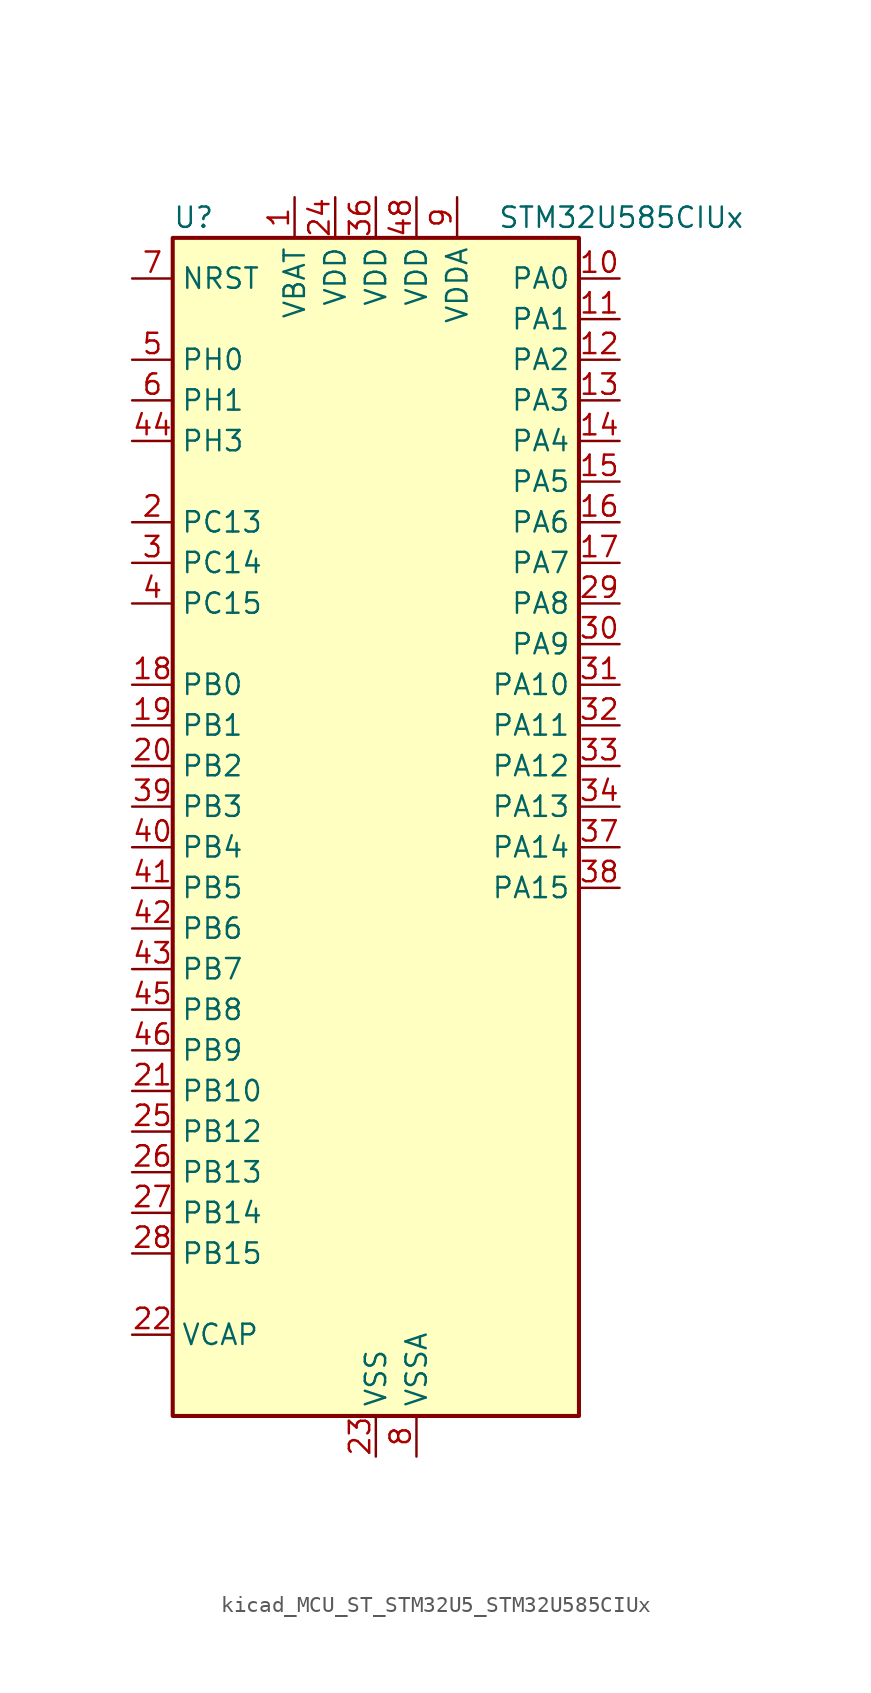
<source format=kicad_sym>
(kicad_symbol_lib
  (version 20220914)
  (generator kicad_symbol_editor)
  (symbol "kicad_MCU_ST_STM32U5_STM32U585CIUx"
    (property "Reference" "U"
      (at -12.7 39.37 0)
      (effects (font (size 1.27 1.27)) (justify left)))
    (property "Value" "STM32U585CIUx"
      (at 7.62 39.37 0)
      (effects (font (size 1.27 1.27)) (justify left)))
    (property "ki_locked" ""
      (at 0 0 0)
      (effects (font (size 1.27 1.27))))
    (symbol "kicad_MCU_ST_STM32U5_STM32U585CIUx_0_1"
      (rectangle (start -12.7 -35.56) (end 12.7 38.1) (stroke (width 0.254) (type default)) (fill (type background))))
    (symbol "kicad_MCU_ST_STM32U5_STM32U585CIUx_1_1"
      (pin power_in line (at -5.08 40.64 270) (length 2.54) (name "VBAT" (effects (font (size 1.27 1.27)))) (number "1" (effects (font (size 1.27 1.27)))))
      (pin bidirectional line (at 15.24 35.56 180) (length 2.54) (name "PA0" (effects (font (size 1.27 1.27)))) (number "10" (effects (font (size 1.27 1.27)))) (alternate "ADC1_IN5" bidirectional line) (alternate "AUDIOCLK" bidirectional line) (alternate "OCTOSPIM_P2_NCS" bidirectional line) (alternate "OPAMP1_VINP" bidirectional line) (alternate "PWR_WKUP1" bidirectional line) (alternate "SPI3_RDY" bidirectional line) (alternate "TAMP_IN2" bidirectional line) (alternate "TAMP_OUT1" bidirectional line) (alternate "TIM2_CH1" bidirectional line) (alternate "TIM2_ETR" bidirectional line) (alternate "TIM5_CH1" bidirectional line) (alternate "TIM8_ETR" bidirectional line) (alternate "UART4_TX" bidirectional line) (alternate "USART2_CTS" bidirectional line))
      (pin bidirectional line (at 15.24 33.02 180) (length 2.54) (name "PA1" (effects (font (size 1.27 1.27)))) (number "11" (effects (font (size 1.27 1.27)))) (alternate "ADC1_IN6" bidirectional line) (alternate "I2C1_SMBA" bidirectional line) (alternate "LPTIM1_CH2" bidirectional line) (alternate "OCTOSPIM_P1_DQS" bidirectional line) (alternate "OPAMP1_VINM" bidirectional line) (alternate "PWR_WKUP3" bidirectional line) (alternate "SPI1_SCK" bidirectional line) (alternate "TAMP_IN5" bidirectional line) (alternate "TAMP_OUT4" bidirectional line) (alternate "TIM15_CH1N" bidirectional line) (alternate "TIM2_CH2" bidirectional line) (alternate "TIM5_CH2" bidirectional line) (alternate "UART4_RX" bidirectional line) (alternate "USART2_DE" bidirectional line) (alternate "USART2_RTS" bidirectional line))
      (pin bidirectional line (at 15.24 30.48 180) (length 2.54) (name "PA2" (effects (font (size 1.27 1.27)))) (number "12" (effects (font (size 1.27 1.27)))) (alternate "ADC1_IN7" bidirectional line) (alternate "COMP1_INP" bidirectional line) (alternate "LPUART1_TX" bidirectional line) (alternate "OCTOSPIM_P1_NCS" bidirectional line) (alternate "PWR_WKUP4" bidirectional line) (alternate "RCC_LSCO" bidirectional line) (alternate "SPI1_RDY" bidirectional line) (alternate "TIM15_CH1" bidirectional line) (alternate "TIM2_CH3" bidirectional line) (alternate "TIM5_CH3" bidirectional line) (alternate "UCPD1_FRSTX1" bidirectional line) (alternate "USART2_TX" bidirectional line))
      (pin bidirectional line (at 15.24 27.94 180) (length 2.54) (name "PA3" (effects (font (size 1.27 1.27)))) (number "13" (effects (font (size 1.27 1.27)))) (alternate "ADC1_IN8" bidirectional line) (alternate "LPUART1_RX" bidirectional line) (alternate "OCTOSPIM_P1_CLK" bidirectional line) (alternate "OPAMP1_VOUT" bidirectional line) (alternate "PWR_WKUP5" bidirectional line) (alternate "SAI1_CK1" bidirectional line) (alternate "SAI1_MCLK_A" bidirectional line) (alternate "TIM15_CH2" bidirectional line) (alternate "TIM2_CH4" bidirectional line) (alternate "TIM5_CH4" bidirectional line) (alternate "USART2_RX" bidirectional line))
      (pin bidirectional line (at 15.24 25.4 180) (length 2.54) (name "PA4" (effects (font (size 1.27 1.27)))) (number "14" (effects (font (size 1.27 1.27)))) (alternate "ADC1_IN9" bidirectional line) (alternate "ADC4_IN9" bidirectional line) (alternate "DAC1_OUT1" bidirectional line) (alternate "LPTIM2_CH1" bidirectional line) (alternate "OCTOSPIM_P1_NCS" bidirectional line) (alternate "PWR_WKUP2" bidirectional line) (alternate "SAI1_FS_B" bidirectional line) (alternate "SPI1_NSS" bidirectional line) (alternate "SPI3_NSS" bidirectional line) (alternate "USART2_CK" bidirectional line))
      (pin bidirectional line (at 15.24 22.86 180) (length 2.54) (name "PA5" (effects (font (size 1.27 1.27)))) (number "15" (effects (font (size 1.27 1.27)))) (alternate "ADC1_IN10" bidirectional line) (alternate "ADC4_IN10" bidirectional line) (alternate "DAC1_OUT2" bidirectional line) (alternate "LPTIM2_ETR" bidirectional line) (alternate "PWR_CSLEEP" bidirectional line) (alternate "PWR_WKUP6" bidirectional line) (alternate "SPI1_SCK" bidirectional line) (alternate "TIM2_CH1" bidirectional line) (alternate "TIM2_ETR" bidirectional line) (alternate "TIM8_CH1N" bidirectional line) (alternate "USART3_RX" bidirectional line))
      (pin bidirectional line (at 15.24 20.32 180) (length 2.54) (name "PA6" (effects (font (size 1.27 1.27)))) (number "16" (effects (font (size 1.27 1.27)))) (alternate "ADC1_IN11" bidirectional line) (alternate "ADC4_IN11" bidirectional line) (alternate "LPUART1_CTS" bidirectional line) (alternate "OCTOSPIM_P1_IO3" bidirectional line) (alternate "OPAMP2_VINP" bidirectional line) (alternate "PWR_CDSTOP" bidirectional line) (alternate "PWR_WKUP7" bidirectional line) (alternate "SPI1_MISO" bidirectional line) (alternate "TIM16_CH1" bidirectional line) (alternate "TIM1_BKIN" bidirectional line) (alternate "TIM3_CH1" bidirectional line) (alternate "TIM8_BKIN" bidirectional line) (alternate "USART3_CTS" bidirectional line))
      (pin bidirectional line (at 15.24 17.78 180) (length 2.54) (name "PA7" (effects (font (size 1.27 1.27)))) (number "17" (effects (font (size 1.27 1.27)))) (alternate "ADC1_IN12" bidirectional line) (alternate "ADC4_IN20" bidirectional line) (alternate "I2C3_SCL" bidirectional line) (alternate "LPTIM2_CH2" bidirectional line) (alternate "OCTOSPIM_P1_IO2" bidirectional line) (alternate "OPAMP2_VINM" bidirectional line) (alternate "PWR_SRDSTOP" bidirectional line) (alternate "PWR_WKUP8" bidirectional line) (alternate "SPI1_MOSI" bidirectional line) (alternate "TIM17_CH1" bidirectional line) (alternate "TIM1_CH1N" bidirectional line) (alternate "TIM3_CH2" bidirectional line) (alternate "TIM8_CH1N" bidirectional line) (alternate "USART3_TX" bidirectional line))
      (pin bidirectional line (at -15.24 10.16 0) (length 2.54) (name "PB0" (effects (font (size 1.27 1.27)))) (number "18" (effects (font (size 1.27 1.27)))) (alternate "ADC1_IN15" bidirectional line) (alternate "ADC4_IN18" bidirectional line) (alternate "AUDIOCLK" bidirectional line) (alternate "COMP1_OUT" bidirectional line) (alternate "LPTIM3_CH1" bidirectional line) (alternate "OCTOSPIM_P1_IO1" bidirectional line) (alternate "OPAMP2_VOUT" bidirectional line) (alternate "SPI1_NSS" bidirectional line) (alternate "TIM1_CH2N" bidirectional line) (alternate "TIM3_CH3" bidirectional line) (alternate "TIM8_CH2N" bidirectional line) (alternate "USART3_CK" bidirectional line))
      (pin bidirectional line (at -15.24 7.62 0) (length 2.54) (name "PB1" (effects (font (size 1.27 1.27)))) (number "19" (effects (font (size 1.27 1.27)))) (alternate "ADC1_IN16" bidirectional line) (alternate "ADC4_IN19" bidirectional line) (alternate "COMP1_INM" bidirectional line) (alternate "LPTIM2_IN1" bidirectional line) (alternate "LPTIM3_CH2" bidirectional line) (alternate "LPUART1_DE" bidirectional line) (alternate "LPUART1_RTS" bidirectional line) (alternate "MDF1_SDI0" bidirectional line) (alternate "OCTOSPIM_P1_IO0" bidirectional line) (alternate "PWR_WKUP4" bidirectional line) (alternate "TIM1_CH3N" bidirectional line) (alternate "TIM3_CH4" bidirectional line) (alternate "TIM8_CH3N" bidirectional line) (alternate "USART3_DE" bidirectional line) (alternate "USART3_RTS" bidirectional line))
      (pin bidirectional line (at -15.24 20.32 0) (length 2.54) (name "PC13" (effects (font (size 1.27 1.27)))) (number "2" (effects (font (size 1.27 1.27)))) (alternate "PWR_WKUP2" bidirectional line) (alternate "RTC_OUT1" bidirectional line) (alternate "RTC_TS" bidirectional line) (alternate "TAMP_IN1" bidirectional line) (alternate "TAMP_OUT2" bidirectional line))
      (pin bidirectional line (at -15.24 5.08 0) (length 2.54) (name "PB2" (effects (font (size 1.27 1.27)))) (number "20" (effects (font (size 1.27 1.27)))) (alternate "ADC1_IN17" bidirectional line) (alternate "COMP1_INP" bidirectional line) (alternate "I2C3_SMBA" bidirectional line) (alternate "LPTIM1_CH1" bidirectional line) (alternate "MDF1_CKI0" bidirectional line) (alternate "OCTOSPIM_P1_DQS" bidirectional line) (alternate "PWR_WKUP1" bidirectional line) (alternate "RTC_OUT2" bidirectional line) (alternate "SPI1_RDY" bidirectional line) (alternate "TIM8_CH4N" bidirectional line) (alternate "UCPD1_FRSTX1" bidirectional line))
      (pin bidirectional line (at -15.24 -15.24 0) (length 2.54) (name "PB10" (effects (font (size 1.27 1.27)))) (number "21" (effects (font (size 1.27 1.27)))) (alternate "COMP1_OUT" bidirectional line) (alternate "I2C2_SCL" bidirectional line) (alternate "I2C4_SCL" bidirectional line) (alternate "LPTIM3_CH1" bidirectional line) (alternate "LPUART1_RX" bidirectional line) (alternate "OCTOSPIM_P1_CLK" bidirectional line) (alternate "PWR_WKUP8" bidirectional line) (alternate "SAI1_SCK_A" bidirectional line) (alternate "SPI2_SCK" bidirectional line) (alternate "TIM2_CH3" bidirectional line) (alternate "TSC_SYNC" bidirectional line) (alternate "USART3_TX" bidirectional line))
      (pin power_out line (at -15.24 -30.48 0) (length 2.54) (name "VCAP" (effects (font (size 1.27 1.27)))) (number "22" (effects (font (size 1.27 1.27)))))
      (pin power_in line (at 0 -38.1 90) (length 2.54) (name "VSS" (effects (font (size 1.27 1.27)))) (number "23" (effects (font (size 1.27 1.27)))))
      (pin power_in line (at -2.54 40.64 270) (length 2.54) (name "VDD" (effects (font (size 1.27 1.27)))) (number "24" (effects (font (size 1.27 1.27)))))
      (pin bidirectional line (at -15.24 -17.78 0) (length 2.54) (name "PB12" (effects (font (size 1.27 1.27)))) (number "25" (effects (font (size 1.27 1.27)))) (alternate "I2C2_SMBA" bidirectional line) (alternate "LPUART1_DE" bidirectional line) (alternate "LPUART1_RTS" bidirectional line) (alternate "MDF1_SDI1" bidirectional line) (alternate "OCTOSPIM_P1_NCLK" bidirectional line) (alternate "SPI2_NSS" bidirectional line) (alternate "TIM15_BKIN" bidirectional line) (alternate "TIM1_BKIN" bidirectional line) (alternate "TSC_G1_IO1" bidirectional line) (alternate "USART3_CK" bidirectional line))
      (pin bidirectional line (at -15.24 -20.32 0) (length 2.54) (name "PB13" (effects (font (size 1.27 1.27)))) (number "26" (effects (font (size 1.27 1.27)))) (alternate "I2C2_SCL" bidirectional line) (alternate "LPTIM3_IN1" bidirectional line) (alternate "LPUART1_CTS" bidirectional line) (alternate "MDF1_CKI1" bidirectional line) (alternate "SPI2_SCK" bidirectional line) (alternate "TIM15_CH1N" bidirectional line) (alternate "TIM1_CH1N" bidirectional line) (alternate "TSC_G1_IO2" bidirectional line) (alternate "USART3_CTS" bidirectional line))
      (pin bidirectional line (at -15.24 -22.86 0) (length 2.54) (name "PB14" (effects (font (size 1.27 1.27)))) (number "27" (effects (font (size 1.27 1.27)))) (alternate "I2C2_SDA" bidirectional line) (alternate "LPTIM3_ETR" bidirectional line) (alternate "MDF1_SDI2" bidirectional line) (alternate "SPI2_MISO" bidirectional line) (alternate "TIM15_CH1" bidirectional line) (alternate "TIM1_CH2N" bidirectional line) (alternate "TIM8_CH2N" bidirectional line) (alternate "TSC_G1_IO3" bidirectional line) (alternate "UCPD1_DBCC2" bidirectional line) (alternate "USART3_DE" bidirectional line) (alternate "USART3_RTS" bidirectional line))
      (pin bidirectional line (at -15.24 -25.4 0) (length 2.54) (name "PB15" (effects (font (size 1.27 1.27)))) (number "28" (effects (font (size 1.27 1.27)))) (alternate "ADC1_EXTI15" bidirectional line) (alternate "ADC4_EXTI15" bidirectional line) (alternate "LPTIM2_IN2" bidirectional line) (alternate "MDF1_CKI2" bidirectional line) (alternate "PWR_WKUP7" bidirectional line) (alternate "RTC_REFIN" bidirectional line) (alternate "SPI2_MOSI" bidirectional line) (alternate "TIM15_CH2" bidirectional line) (alternate "TIM1_CH3N" bidirectional line) (alternate "TIM8_CH3N" bidirectional line) (alternate "UCPD1_CC2" bidirectional line))
      (pin bidirectional line (at 15.24 15.24 180) (length 2.54) (name "PA8" (effects (font (size 1.27 1.27)))) (number "29" (effects (font (size 1.27 1.27)))) (alternate "DEBUG_TRACECLK" bidirectional line) (alternate "LPTIM2_CH1" bidirectional line) (alternate "RCC_MCO" bidirectional line) (alternate "SAI1_CK2" bidirectional line) (alternate "SAI1_SCK_A" bidirectional line) (alternate "SPI1_RDY" bidirectional line) (alternate "TIM1_CH1" bidirectional line) (alternate "USART1_CK" bidirectional line) (alternate "USB_OTG_FS_SOF" bidirectional line))
      (pin bidirectional line (at -15.24 17.78 0) (length 2.54) (name "PC14" (effects (font (size 1.27 1.27)))) (number "3" (effects (font (size 1.27 1.27)))) (alternate "RCC_OSC32_IN" bidirectional line))
      (pin bidirectional line (at 15.24 12.7 180) (length 2.54) (name "PA9" (effects (font (size 1.27 1.27)))) (number "30" (effects (font (size 1.27 1.27)))) (alternate "DAC1_EXTI9" bidirectional line) (alternate "SAI1_FS_A" bidirectional line) (alternate "SPI2_SCK" bidirectional line) (alternate "TIM15_BKIN" bidirectional line) (alternate "TIM1_CH2" bidirectional line) (alternate "USART1_TX" bidirectional line) (alternate "USB_OTG_FS_VBUS" bidirectional line))
      (pin bidirectional line (at 15.24 10.16 180) (length 2.54) (name "PA10" (effects (font (size 1.27 1.27)))) (number "31" (effects (font (size 1.27 1.27)))) (alternate "CRS_SYNC" bidirectional line) (alternate "LPTIM2_IN2" bidirectional line) (alternate "SAI1_D1" bidirectional line) (alternate "SAI1_SD_A" bidirectional line) (alternate "TIM17_BKIN" bidirectional line) (alternate "TIM1_CH3" bidirectional line) (alternate "USART1_RX" bidirectional line) (alternate "USB_OTG_FS_ID" bidirectional line))
      (pin bidirectional line (at 15.24 7.62 180) (length 2.54) (name "PA11" (effects (font (size 1.27 1.27)))) (number "32" (effects (font (size 1.27 1.27)))) (alternate "ADC1_EXTI11" bidirectional line) (alternate "FDCAN1_RX" bidirectional line) (alternate "SPI1_MISO" bidirectional line) (alternate "TIM1_BKIN2" bidirectional line) (alternate "TIM1_CH4" bidirectional line) (alternate "USART1_CTS" bidirectional line) (alternate "USB_OTG_FS_DM" bidirectional line))
      (pin bidirectional line (at 15.24 5.08 180) (length 2.54) (name "PA12" (effects (font (size 1.27 1.27)))) (number "33" (effects (font (size 1.27 1.27)))) (alternate "FDCAN1_TX" bidirectional line) (alternate "OCTOSPIM_P2_NCS" bidirectional line) (alternate "SPI1_MOSI" bidirectional line) (alternate "TIM1_ETR" bidirectional line) (alternate "USART1_DE" bidirectional line) (alternate "USART1_RTS" bidirectional line) (alternate "USB_OTG_FS_DP" bidirectional line))
      (pin bidirectional line (at 15.24 2.54 180) (length 2.54) (name "PA13" (effects (font (size 1.27 1.27)))) (number "34" (effects (font (size 1.27 1.27)))) (alternate "DEBUG_JTMS-SWDIO" bidirectional line) (alternate "IR_OUT" bidirectional line) (alternate "SAI1_SD_B" bidirectional line) (alternate "USB_OTG_FS_NOE" bidirectional line))
      (pin passive line (at 0 -38.1 90) (length 2.54) hide (name "VSS" (effects (font (size 1.27 1.27)))) (number "35" (effects (font (size 1.27 1.27)))))
      (pin power_in line (at 0 40.64 270) (length 2.54) (name "VDD" (effects (font (size 1.27 1.27)))) (number "36" (effects (font (size 1.27 1.27)))))
      (pin bidirectional line (at 15.24 0 180) (length 2.54) (name "PA14" (effects (font (size 1.27 1.27)))) (number "37" (effects (font (size 1.27 1.27)))) (alternate "DEBUG_JTCK-SWCLK" bidirectional line) (alternate "I2C1_SMBA" bidirectional line) (alternate "I2C4_SMBA" bidirectional line) (alternate "LPTIM1_CH1" bidirectional line) (alternate "SAI1_FS_B" bidirectional line) (alternate "USB_OTG_FS_SOF" bidirectional line))
      (pin bidirectional line (at 15.24 -2.54 180) (length 2.54) (name "PA15" (effects (font (size 1.27 1.27)))) (number "38" (effects (font (size 1.27 1.27)))) (alternate "ADC1_EXTI15" bidirectional line) (alternate "ADC4_EXTI15" bidirectional line) (alternate "DEBUG_JTDI" bidirectional line) (alternate "SPI1_NSS" bidirectional line) (alternate "SPI3_NSS" bidirectional line) (alternate "TIM2_CH1" bidirectional line) (alternate "TIM2_ETR" bidirectional line) (alternate "UART4_DE" bidirectional line) (alternate "UART4_RTS" bidirectional line) (alternate "UCPD1_CC1" bidirectional line) (alternate "USART2_RX" bidirectional line) (alternate "USART3_DE" bidirectional line) (alternate "USART3_RTS" bidirectional line))
      (pin bidirectional line (at -15.24 2.54 0) (length 2.54) (name "PB3" (effects (font (size 1.27 1.27)))) (number "39" (effects (font (size 1.27 1.27)))) (alternate "ADF1_CCK0" bidirectional line) (alternate "COMP2_INM" bidirectional line) (alternate "CRS_SYNC" bidirectional line) (alternate "DEBUG_JTDO-SWO" bidirectional line) (alternate "I2C1_SDA" bidirectional line) (alternate "LPTIM1_CH1" bidirectional line) (alternate "SAI1_SCK_B" bidirectional line) (alternate "SPI1_SCK" bidirectional line) (alternate "SPI3_SCK" bidirectional line) (alternate "TIM2_CH2" bidirectional line) (alternate "USART1_DE" bidirectional line) (alternate "USART1_RTS" bidirectional line))
      (pin bidirectional line (at -15.24 15.24 0) (length 2.54) (name "PC15" (effects (font (size 1.27 1.27)))) (number "4" (effects (font (size 1.27 1.27)))) (alternate "ADC1_EXTI15" bidirectional line) (alternate "ADC4_EXTI15" bidirectional line) (alternate "RCC_OSC32_OUT" bidirectional line))
      (pin bidirectional line (at -15.24 0 0) (length 2.54) (name "PB4" (effects (font (size 1.27 1.27)))) (number "40" (effects (font (size 1.27 1.27)))) (alternate "ADF1_SDI0" bidirectional line) (alternate "COMP2_INP" bidirectional line) (alternate "DEBUG_JTRST" bidirectional line) (alternate "I2C3_SDA" bidirectional line) (alternate "LPTIM1_CH2" bidirectional line) (alternate "SAI1_MCLK_B" bidirectional line) (alternate "SPI1_MISO" bidirectional line) (alternate "SPI3_MISO" bidirectional line) (alternate "TIM17_BKIN" bidirectional line) (alternate "TIM3_CH1" bidirectional line) (alternate "TSC_G2_IO1" bidirectional line) (alternate "USART1_CTS" bidirectional line))
      (pin bidirectional line (at -15.24 -2.54 0) (length 2.54) (name "PB5" (effects (font (size 1.27 1.27)))) (number "41" (effects (font (size 1.27 1.27)))) (alternate "COMP2_OUT" bidirectional line) (alternate "I2C1_SMBA" bidirectional line) (alternate "LPTIM1_IN1" bidirectional line) (alternate "OCTOSPIM_P1_NCLK" bidirectional line) (alternate "PWR_WKUP6" bidirectional line) (alternate "SAI1_SD_B" bidirectional line) (alternate "SPI1_MOSI" bidirectional line) (alternate "SPI3_MOSI" bidirectional line) (alternate "TIM16_BKIN" bidirectional line) (alternate "TIM3_CH2" bidirectional line) (alternate "TSC_G2_IO2" bidirectional line) (alternate "UCPD1_DBCC1" bidirectional line) (alternate "USART1_CK" bidirectional line))
      (pin bidirectional line (at -15.24 -5.08 0) (length 2.54) (name "PB6" (effects (font (size 1.27 1.27)))) (number "42" (effects (font (size 1.27 1.27)))) (alternate "COMP2_INP" bidirectional line) (alternate "I2C1_SCL" bidirectional line) (alternate "I2C4_SCL" bidirectional line) (alternate "LPTIM1_ETR" bidirectional line) (alternate "MDF1_SDI5" bidirectional line) (alternate "PWR_WKUP3" bidirectional line) (alternate "SAI1_FS_B" bidirectional line) (alternate "TIM16_CH1N" bidirectional line) (alternate "TIM4_CH1" bidirectional line) (alternate "TIM8_BKIN2" bidirectional line) (alternate "TSC_G2_IO3" bidirectional line) (alternate "USART1_TX" bidirectional line))
      (pin bidirectional line (at -15.24 -7.62 0) (length 2.54) (name "PB7" (effects (font (size 1.27 1.27)))) (number "43" (effects (font (size 1.27 1.27)))) (alternate "COMP2_INM" bidirectional line) (alternate "I2C1_SDA" bidirectional line) (alternate "I2C4_SDA" bidirectional line) (alternate "LPTIM1_IN2" bidirectional line) (alternate "MDF1_CKI5" bidirectional line) (alternate "PWR_PVD_IN" bidirectional line) (alternate "PWR_WKUP4" bidirectional line) (alternate "TIM17_CH1N" bidirectional line) (alternate "TIM4_CH2" bidirectional line) (alternate "TIM8_BKIN" bidirectional line) (alternate "TSC_G2_IO4" bidirectional line) (alternate "UART4_CTS" bidirectional line) (alternate "USART1_RX" bidirectional line))
      (pin bidirectional line (at -15.24 25.4 0) (length 2.54) (name "PH3" (effects (font (size 1.27 1.27)))) (number "44" (effects (font (size 1.27 1.27)))))
      (pin bidirectional line (at -15.24 -10.16 0) (length 2.54) (name "PB8" (effects (font (size 1.27 1.27)))) (number "45" (effects (font (size 1.27 1.27)))) (alternate "FDCAN1_RX" bidirectional line) (alternate "I2C1_SCL" bidirectional line) (alternate "MDF1_CCK0" bidirectional line) (alternate "PWR_WKUP5" bidirectional line) (alternate "SAI1_CK1" bidirectional line) (alternate "SAI1_MCLK_A" bidirectional line) (alternate "SPI3_RDY" bidirectional line) (alternate "TIM16_CH1" bidirectional line) (alternate "TIM4_CH3" bidirectional line))
      (pin bidirectional line (at -15.24 -12.7 0) (length 2.54) (name "PB9" (effects (font (size 1.27 1.27)))) (number "46" (effects (font (size 1.27 1.27)))) (alternate "DAC1_EXTI9" bidirectional line) (alternate "FDCAN1_TX" bidirectional line) (alternate "I2C1_SDA" bidirectional line) (alternate "IR_OUT" bidirectional line) (alternate "SAI1_D2" bidirectional line) (alternate "SAI1_FS_A" bidirectional line) (alternate "SPI2_NSS" bidirectional line) (alternate "TIM17_CH1" bidirectional line) (alternate "TIM4_CH4" bidirectional line))
      (pin passive line (at 0 -38.1 90) (length 2.54) hide (name "VSS" (effects (font (size 1.27 1.27)))) (number "47" (effects (font (size 1.27 1.27)))))
      (pin power_in line (at 2.54 40.64 270) (length 2.54) (name "VDD" (effects (font (size 1.27 1.27)))) (number "48" (effects (font (size 1.27 1.27)))))
      (pin passive line (at 0 -38.1 90) (length 2.54) hide (name "VSS" (effects (font (size 1.27 1.27)))) (number "49" (effects (font (size 1.27 1.27)))))
      (pin bidirectional line (at -15.24 30.48 0) (length 2.54) (name "PH0" (effects (font (size 1.27 1.27)))) (number "5" (effects (font (size 1.27 1.27)))) (alternate "RCC_OSC_IN" bidirectional line))
      (pin bidirectional line (at -15.24 27.94 0) (length 2.54) (name "PH1" (effects (font (size 1.27 1.27)))) (number "6" (effects (font (size 1.27 1.27)))) (alternate "RCC_OSC_OUT" bidirectional line))
      (pin input line (at -15.24 35.56 0) (length 2.54) (name "NRST" (effects (font (size 1.27 1.27)))) (number "7" (effects (font (size 1.27 1.27)))))
      (pin power_in line (at 2.54 -38.1 90) (length 2.54) (name "VSSA" (effects (font (size 1.27 1.27)))) (number "8" (effects (font (size 1.27 1.27)))))
      (pin power_in line (at 5.08 40.64 270) (length 2.54) (name "VDDA" (effects (font (size 1.27 1.27)))) (number "9" (effects (font (size 1.27 1.27))))))))
</source>
